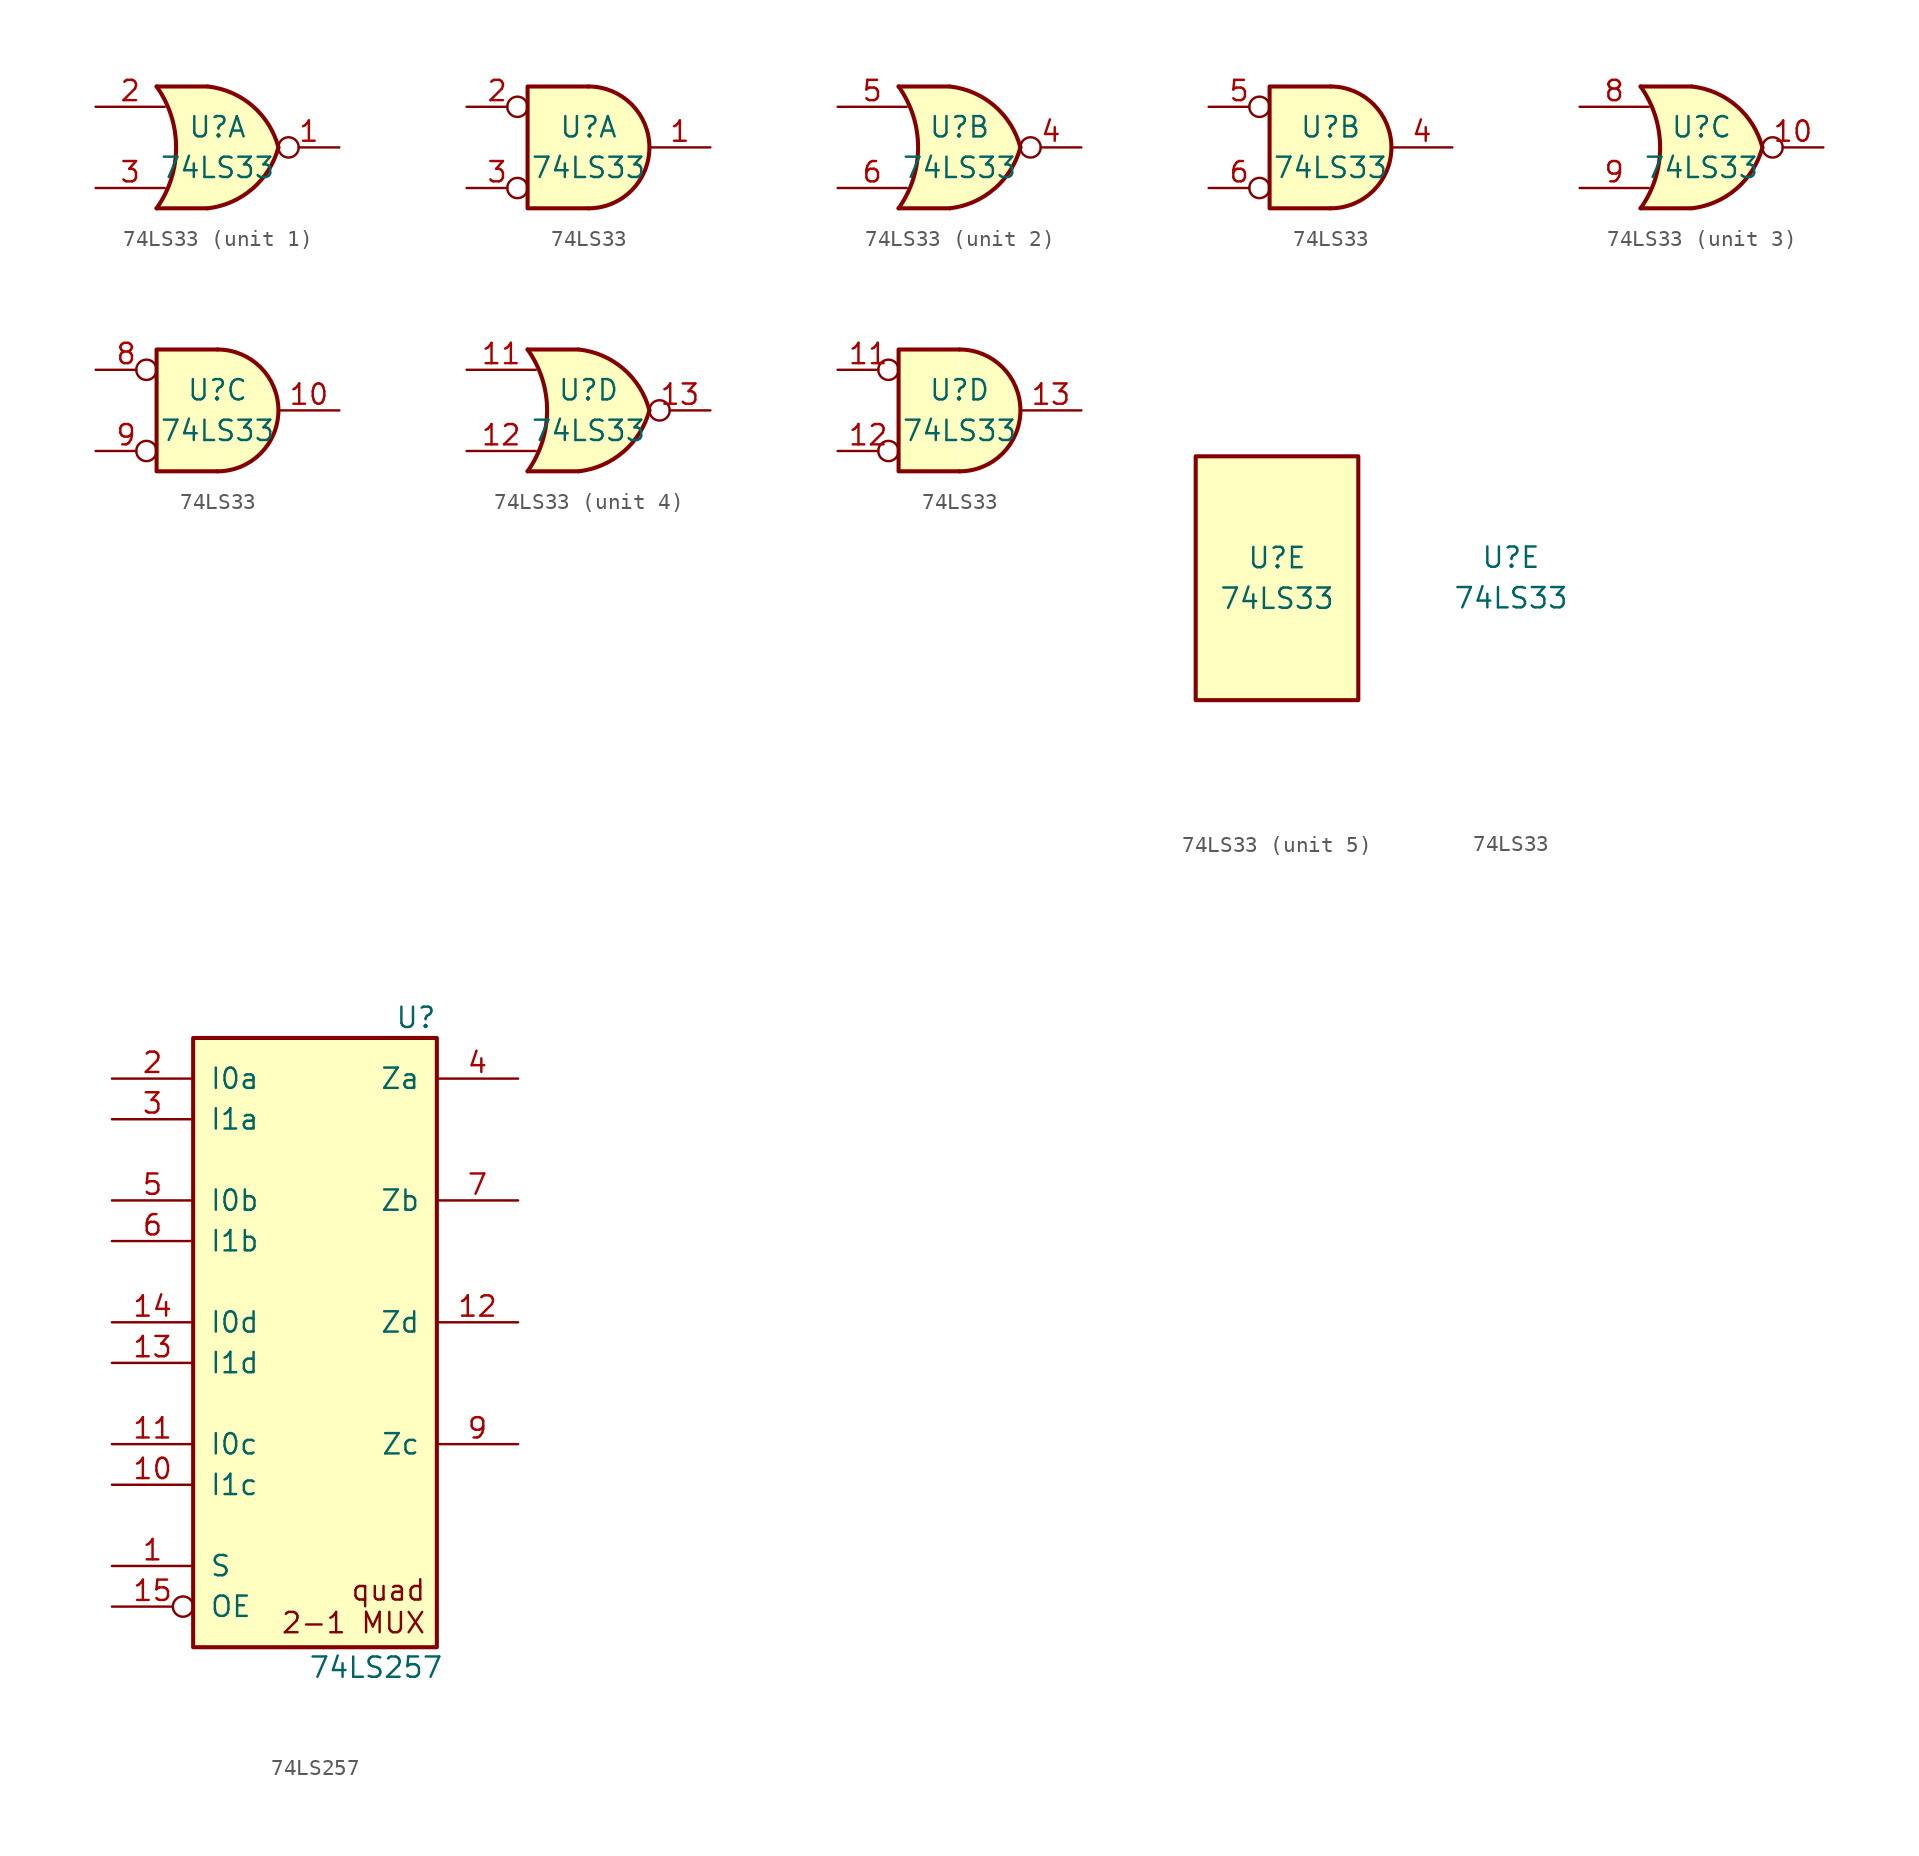
<source format=kicad_sym>
(kicad_symbol_lib
  (version 20231120)
  (generator "kicad_symbol_editor")
  (generator_version "8.0")
  (symbol "74LS33"
    (pin_names
      (offset 1.016))
    (property "Reference" "U"
      (at 0 1.27 0)
      (effects (font (size 1.27 1.27))))
    (property "Value" "74LS33"
      (at 0 -1.27 0)
      (effects (font (size 1.27 1.27))))
    (property "ki_locked" ""
      (at 0 0 0)
      (effects (font (size 1.27 1.27))))
    (symbol "74LS33_1_1"
      (arc (start -3.81 -3.81) (mid -2.589 0) (end -3.81 3.81) (stroke (width 0.254) (type default)) (fill (type none)))
      (arc (start -0.6096 -3.81) (mid 2.1842 -2.5851) (end 3.81 0) (stroke (width 0.254) (type default)) (fill (type background)))
      (polyline (pts (xy -3.81 -3.81) (xy -0.635 -3.81)) (stroke (width 0.254) (type default)) (fill (type background)))
      (polyline (pts (xy -3.81 3.81) (xy -0.635 3.81)) (stroke (width 0.254) (type default)) (fill (type background)))
      (polyline (pts (xy -0.635 3.81) (xy -3.81 3.81) (xy -3.81 3.81) (xy -3.556 3.404) (xy -3.023 2.261) (xy -2.692 1.041) (xy -2.616 -0.254) (xy -2.769 -1.499) (xy -3.175 -2.718) (xy -3.81 -3.81) (xy -3.81 -3.81) (xy -0.635 -3.81)) (stroke (width -25.4) (type default)) (fill (type background)))
      (arc (start 3.81 0) (mid 2.1915 2.5936) (end -0.6096 3.81) (stroke (width 0.254) (type default)) (fill (type background)))
      (pin open_collector inverted (at 7.62 0 180) (length 3.81) (name "~" (effects (font (size 1.27 1.27)))) (number "1" (effects (font (size 1.27 1.27)))))
      (pin input line (at -7.62 2.54 0) (length 4.318) (name "~" (effects (font (size 1.27 1.27)))) (number "2" (effects (font (size 1.27 1.27)))))
      (pin input line (at -7.62 -2.54 0) (length 4.318) (name "~" (effects (font (size 1.27 1.27)))) (number "3" (effects (font (size 1.27 1.27))))))
    (symbol "74LS33_1_2"
      (arc (start 0 -3.81) (mid 3.7934 0) (end 0 3.81) (stroke (width 0.254) (type default)) (fill (type background)))
      (polyline (pts (xy 0 3.81) (xy -3.81 3.81) (xy -3.81 -3.81) (xy 0 -3.81)) (stroke (width 0.254) (type default)) (fill (type background)))
      (pin open_collector line (at 7.62 0 180) (length 3.81) (name "~" (effects (font (size 1.27 1.27)))) (number "1" (effects (font (size 1.27 1.27)))))
      (pin input inverted (at -7.62 2.54 0) (length 3.81) (name "~" (effects (font (size 1.27 1.27)))) (number "2" (effects (font (size 1.27 1.27)))))
      (pin input inverted (at -7.62 -2.54 0) (length 3.81) (name "~" (effects (font (size 1.27 1.27)))) (number "3" (effects (font (size 1.27 1.27))))))
    (symbol "74LS33_2_1"
      (arc (start -3.81 -3.81) (mid -2.589 0) (end -3.81 3.81) (stroke (width 0.254) (type default)) (fill (type none)))
      (arc (start -0.6096 -3.81) (mid 2.1842 -2.5851) (end 3.81 0) (stroke (width 0.254) (type default)) (fill (type background)))
      (polyline (pts (xy -3.81 -3.81) (xy -0.635 -3.81)) (stroke (width 0.254) (type default)) (fill (type background)))
      (polyline (pts (xy -3.81 3.81) (xy -0.635 3.81)) (stroke (width 0.254) (type default)) (fill (type background)))
      (polyline (pts (xy -0.635 3.81) (xy -3.81 3.81) (xy -3.81 3.81) (xy -3.556 3.404) (xy -3.023 2.261) (xy -2.692 1.041) (xy -2.616 -0.254) (xy -2.769 -1.499) (xy -3.175 -2.718) (xy -3.81 -3.81) (xy -3.81 -3.81) (xy -0.635 -3.81)) (stroke (width -25.4) (type default)) (fill (type background)))
      (arc (start 3.81 0) (mid 2.1915 2.5936) (end -0.6096 3.81) (stroke (width 0.254) (type default)) (fill (type background)))
      (pin open_collector inverted (at 7.62 0 180) (length 3.81) (name "~" (effects (font (size 1.27 1.27)))) (number "4" (effects (font (size 1.27 1.27)))))
      (pin input line (at -7.62 2.54 0) (length 4.318) (name "~" (effects (font (size 1.27 1.27)))) (number "5" (effects (font (size 1.27 1.27)))))
      (pin input line (at -7.62 -2.54 0) (length 4.318) (name "~" (effects (font (size 1.27 1.27)))) (number "6" (effects (font (size 1.27 1.27))))))
    (symbol "74LS33_2_2"
      (arc (start 0 -3.81) (mid 3.7934 0) (end 0 3.81) (stroke (width 0.254) (type default)) (fill (type background)))
      (polyline (pts (xy 0 3.81) (xy -3.81 3.81) (xy -3.81 -3.81) (xy 0 -3.81)) (stroke (width 0.254) (type default)) (fill (type background)))
      (pin open_collector line (at 7.62 0 180) (length 3.81) (name "~" (effects (font (size 1.27 1.27)))) (number "4" (effects (font (size 1.27 1.27)))))
      (pin input inverted (at -7.62 2.54 0) (length 3.81) (name "~" (effects (font (size 1.27 1.27)))) (number "5" (effects (font (size 1.27 1.27)))))
      (pin input inverted (at -7.62 -2.54 0) (length 3.81) (name "~" (effects (font (size 1.27 1.27)))) (number "6" (effects (font (size 1.27 1.27))))))
    (symbol "74LS33_3_1"
      (arc (start -3.81 -3.81) (mid -2.589 0) (end -3.81 3.81) (stroke (width 0.254) (type default)) (fill (type none)))
      (arc (start -0.6096 -3.81) (mid 2.1842 -2.5851) (end 3.81 0) (stroke (width 0.254) (type default)) (fill (type background)))
      (polyline (pts (xy -3.81 -3.81) (xy -0.635 -3.81)) (stroke (width 0.254) (type default)) (fill (type background)))
      (polyline (pts (xy -3.81 3.81) (xy -0.635 3.81)) (stroke (width 0.254) (type default)) (fill (type background)))
      (polyline (pts (xy -0.635 3.81) (xy -3.81 3.81) (xy -3.81 3.81) (xy -3.556 3.404) (xy -3.023 2.261) (xy -2.692 1.041) (xy -2.616 -0.254) (xy -2.769 -1.499) (xy -3.175 -2.718) (xy -3.81 -3.81) (xy -3.81 -3.81) (xy -0.635 -3.81)) (stroke (width -25.4) (type default)) (fill (type background)))
      (arc (start 3.81 0) (mid 2.1915 2.5936) (end -0.6096 3.81) (stroke (width 0.254) (type default)) (fill (type background)))
      (pin open_collector inverted (at 7.62 0 180) (length 3.81) (name "~" (effects (font (size 1.27 1.27)))) (number "10" (effects (font (size 1.27 1.27)))))
      (pin input line (at -7.62 2.54 0) (length 4.318) (name "~" (effects (font (size 1.27 1.27)))) (number "8" (effects (font (size 1.27 1.27)))))
      (pin input line (at -7.62 -2.54 0) (length 4.318) (name "~" (effects (font (size 1.27 1.27)))) (number "9" (effects (font (size 1.27 1.27))))))
    (symbol "74LS33_3_2"
      (arc (start 0 -3.81) (mid 3.7934 0) (end 0 3.81) (stroke (width 0.254) (type default)) (fill (type background)))
      (polyline (pts (xy 0 3.81) (xy -3.81 3.81) (xy -3.81 -3.81) (xy 0 -3.81)) (stroke (width 0.254) (type default)) (fill (type background)))
      (pin open_collector line (at 7.62 0 180) (length 3.81) (name "~" (effects (font (size 1.27 1.27)))) (number "10" (effects (font (size 1.27 1.27)))))
      (pin input inverted (at -7.62 2.54 0) (length 3.81) (name "~" (effects (font (size 1.27 1.27)))) (number "8" (effects (font (size 1.27 1.27)))))
      (pin input inverted (at -7.62 -2.54 0) (length 3.81) (name "~" (effects (font (size 1.27 1.27)))) (number "9" (effects (font (size 1.27 1.27))))))
    (symbol "74LS33_4_1"
      (arc (start -3.81 -3.81) (mid -2.589 0) (end -3.81 3.81) (stroke (width 0.254) (type default)) (fill (type none)))
      (arc (start -0.6096 -3.81) (mid 2.1842 -2.5851) (end 3.81 0) (stroke (width 0.254) (type default)) (fill (type background)))
      (polyline (pts (xy -3.81 -3.81) (xy -0.635 -3.81)) (stroke (width 0.254) (type default)) (fill (type background)))
      (polyline (pts (xy -3.81 3.81) (xy -0.635 3.81)) (stroke (width 0.254) (type default)) (fill (type background)))
      (polyline (pts (xy -0.635 3.81) (xy -3.81 3.81) (xy -3.81 3.81) (xy -3.556 3.404) (xy -3.023 2.261) (xy -2.692 1.041) (xy -2.616 -0.254) (xy -2.769 -1.499) (xy -3.175 -2.718) (xy -3.81 -3.81) (xy -3.81 -3.81) (xy -0.635 -3.81)) (stroke (width -25.4) (type default)) (fill (type background)))
      (arc (start 3.81 0) (mid 2.1915 2.5936) (end -0.6096 3.81) (stroke (width 0.254) (type default)) (fill (type background)))
      (pin input line (at -7.62 2.54 0) (length 4.318) (name "~" (effects (font (size 1.27 1.27)))) (number "11" (effects (font (size 1.27 1.27)))))
      (pin input line (at -7.62 -2.54 0) (length 4.318) (name "~" (effects (font (size 1.27 1.27)))) (number "12" (effects (font (size 1.27 1.27)))))
      (pin open_collector inverted (at 7.62 0 180) (length 3.81) (name "~" (effects (font (size 1.27 1.27)))) (number "13" (effects (font (size 1.27 1.27))))))
    (symbol "74LS33_4_2"
      (arc (start 0 -3.81) (mid 3.7934 0) (end 0 3.81) (stroke (width 0.254) (type default)) (fill (type background)))
      (polyline (pts (xy 0 3.81) (xy -3.81 3.81) (xy -3.81 -3.81) (xy 0 -3.81)) (stroke (width 0.254) (type default)) (fill (type background)))
      (pin input inverted (at -7.62 2.54 0) (length 3.81) (name "~" (effects (font (size 1.27 1.27)))) (number "11" (effects (font (size 1.27 1.27)))))
      (pin input inverted (at -7.62 -2.54 0) (length 3.81) (name "~" (effects (font (size 1.27 1.27)))) (number "12" (effects (font (size 1.27 1.27)))))
      (pin open_collector line (at 7.62 0 180) (length 3.81) (name "~" (effects (font (size 1.27 1.27)))) (number "13" (effects (font (size 1.27 1.27))))))
    (symbol "74LS33_5_0"
      (pin input line (at 0 12.7 270) (length 5.08) hide (name "VCC" (effects (font (size 1.27 1.27)))) (number "14" (effects (font (size 1.27 1.27)))))
      (pin input line (at 0 -12.7 90) (length 5.08) hide (name "GND" (effects (font (size 1.27 1.27)))) (number "7" (effects (font (size 1.27 1.27))))))
    (symbol "74LS33_5_1"
      (rectangle (start -5.08 7.62) (end 5.08 -7.62) (stroke (width 0.254) (type default)) (fill (type background)))))
  (symbol "74LS257"
    (pin_names
      (offset 1.016))
    (property "Reference" "U"
      (at 7.62 19.05 0)
      (effects (font (size 1.27 1.27)) (justify right)))
    (property "Value" "74LS257"
      (at 3.81 -21.59 0)
      (effects (font (size 1.27 1.27))))
    (symbol "74LS257_1_0"
      (pin input line (at -12.7 -15.24 0) (length 5.08) (name "S" (effects (font (size 1.27 1.27)))) (number "1" (effects (font (size 1.27 1.27)))))
      (pin input line (at -12.7 -10.16 0) (length 5.08) (name "I1c" (effects (font (size 1.27 1.27)))) (number "10" (effects (font (size 1.27 1.27)))))
      (pin input line (at -12.7 -7.62 0) (length 5.08) (name "I0c" (effects (font (size 1.27 1.27)))) (number "11" (effects (font (size 1.27 1.27)))))
      (pin tri_state line (at 12.7 0 180) (length 5.08) (name "Zd" (effects (font (size 1.27 1.27)))) (number "12" (effects (font (size 1.27 1.27)))))
      (pin input line (at -12.7 -2.54 0) (length 5.08) (name "I1d" (effects (font (size 1.27 1.27)))) (number "13" (effects (font (size 1.27 1.27)))))
      (pin input line (at -12.7 0 0) (length 5.08) (name "I0d" (effects (font (size 1.27 1.27)))) (number "14" (effects (font (size 1.27 1.27)))))
      (pin input inverted (at -12.7 -17.78 0) (length 5.08) (name "OE" (effects (font (size 1.27 1.27)))) (number "15" (effects (font (size 1.27 1.27)))))
      (pin power_in line (at 0 17.78 270) (length 1.27) hide (name "VCC" (effects (font (size 1.27 1.27)))) (number "16" (effects (font (size 1.27 1.27)))))
      (pin input line (at -12.7 15.24 0) (length 5.08) (name "I0a" (effects (font (size 1.27 1.27)))) (number "2" (effects (font (size 1.27 1.27)))))
      (pin input line (at -12.7 12.7 0) (length 5.08) (name "I1a" (effects (font (size 1.27 1.27)))) (number "3" (effects (font (size 1.27 1.27)))))
      (pin tri_state line (at 12.7 15.24 180) (length 5.08) (name "Za" (effects (font (size 1.27 1.27)))) (number "4" (effects (font (size 1.27 1.27)))))
      (pin input line (at -12.7 7.62 0) (length 5.08) (name "I0b" (effects (font (size 1.27 1.27)))) (number "5" (effects (font (size 1.27 1.27)))))
      (pin input line (at -12.7 5.08 0) (length 5.08) (name "I1b" (effects (font (size 1.27 1.27)))) (number "6" (effects (font (size 1.27 1.27)))))
      (pin tri_state line (at 12.7 7.62 180) (length 5.08) (name "Zb" (effects (font (size 1.27 1.27)))) (number "7" (effects (font (size 1.27 1.27)))))
      (pin power_in line (at 0 -20.32 90) (length 1.27) hide (name "GND" (effects (font (size 1.27 1.27)))) (number "8" (effects (font (size 1.27 1.27)))))
      (pin tri_state line (at 12.7 -7.62 180) (length 5.08) (name "Zc" (effects (font (size 1.27 1.27)))) (number "9" (effects (font (size 1.27 1.27))))))
    (symbol "74LS257_1_1"
      (rectangle (start -7.62 17.78) (end 7.62 -20.32) (stroke (width 0.254) (type default)) (fill (type background)))
      (text "quad\n2-1 MUX" (at 6.985 -17.78 0) (effects (font (size 1.27 1.27)) (justify right))))))
</source>
